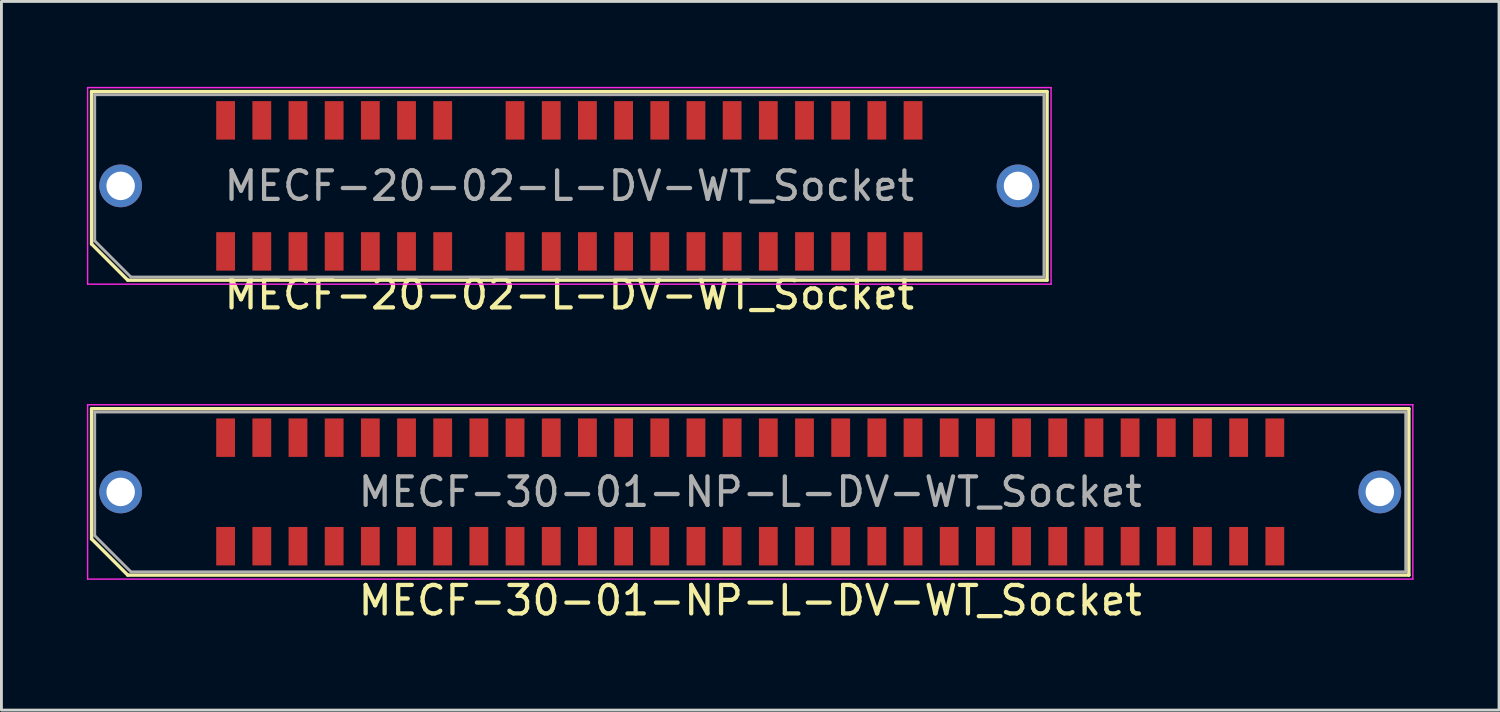
<source format=kicad_pcb>
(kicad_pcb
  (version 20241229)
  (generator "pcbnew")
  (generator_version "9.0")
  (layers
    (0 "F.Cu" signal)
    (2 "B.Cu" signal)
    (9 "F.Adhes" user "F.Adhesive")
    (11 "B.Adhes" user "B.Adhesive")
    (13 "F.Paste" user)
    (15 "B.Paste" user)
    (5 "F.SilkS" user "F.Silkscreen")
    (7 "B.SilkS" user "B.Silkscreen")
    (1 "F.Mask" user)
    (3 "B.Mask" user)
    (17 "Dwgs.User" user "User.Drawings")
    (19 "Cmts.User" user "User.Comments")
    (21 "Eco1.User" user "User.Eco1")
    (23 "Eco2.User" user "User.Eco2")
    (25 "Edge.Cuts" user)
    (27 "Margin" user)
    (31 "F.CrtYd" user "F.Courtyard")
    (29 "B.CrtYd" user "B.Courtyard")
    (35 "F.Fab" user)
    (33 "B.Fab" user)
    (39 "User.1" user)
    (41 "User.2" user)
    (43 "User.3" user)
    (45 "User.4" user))
  (footprint "MECF-30-01-NP-L-DV-WT_Socket"
    (layer "F.Cu")
    (at 23.285 14.218)
    (property "Reference" "MECF-30-01-NP-L-DV-WT_Socket" (at 0 3.81 0) (layer "F.SilkS") (effects (font (size 1 1) (thickness 0.15))))
    (attr smd)
    (fp_line (start -23.12 -2.92) (end 23.12 -2.92) (stroke (width 0.12) (type solid)) (layer "F.SilkS"))
    (fp_line (start -23.12 1.65) (end -23.12 -2.92) (stroke (width 0.12) (type solid)) (layer "F.SilkS"))
    (fp_line (start -21.85 2.92) (end -23.12 1.65) (stroke (width 0.12) (type solid)) (layer "F.SilkS"))
    (fp_line (start -21.85 2.92) (end 23.12 2.92) (stroke (width 0.12) (type solid)) (layer "F.SilkS"))
    (fp_line (start 23.12 2.92) (end 23.12 -2.92) (stroke (width 0.12) (type solid)) (layer "F.SilkS"))
    (fp_line (start -23.26 -3.06) (end -23.26 3.06) (stroke (width 0.05) (type solid)) (layer "F.CrtYd"))
    (fp_line (start -23.26 3.06) (end 23.26 3.06) (stroke (width 0.05) (type solid)) (layer "F.CrtYd"))
    (fp_line (start 23.26 -3.06) (end -23.26 -3.06) (stroke (width 0.05) (type solid)) (layer "F.CrtYd"))
    (fp_line (start 23.26 3.06) (end 23.26 -3.06) (stroke (width 0.05) (type solid)) (layer "F.CrtYd"))
    (fp_line (start -23.01 -2.805) (end 23.01 -2.805) (stroke (width 0.1) (type solid)) (layer "F.Fab"))
    (fp_line (start -23.01 1.535) (end -23.01 -2.805) (stroke (width 0.1) (type solid)) (layer "F.Fab"))
    (fp_line (start -23.01 1.535) (end -21.74 2.805) (stroke (width 0.1) (type solid)) (layer "F.Fab"))
    (fp_line (start -21.74 2.805) (end 23.01 2.805) (stroke (width 0.1) (type solid)) (layer "F.Fab"))
    (fp_line (start 23.01 2.805) (end 23.01 -2.805) (stroke (width 0.1) (type solid)) (layer "F.Fab"))
    (fp_text user "${REFERENCE}" (at 0 0 0) (layer "F.Fab") (effects (font (size 1 1) (thickness 0.15))))
    (pad "" thru_hole circle (at -22.1 0) (size 1.5 1.5) (drill 1) (layers "*.Cu" "*.Mask"))
    (pad "" np_thru_hole circle (at -20.195 0) (size 0.001 0.001) (drill 1.45) (layers "*.Cu" "*.Mask"))
    (pad "" np_thru_hole circle (at 20.195 1) (size 0.001 0.001) (drill 1.45) (layers "*.Cu" "*.Mask"))
    (pad "" thru_hole circle (at 22.1 0) (size 1.5 1.5) (drill 1) (layers "*.Cu" "*.Mask"))
    (pad "1" smd rect (at -18.415 1.905) (size 0.66 1.35) (layers "F.Cu" "F.Mask" "F.Paste"))
    (pad "2" smd rect (at -18.415 -1.905) (size 0.66 1.35) (layers "F.Cu" "F.Mask" "F.Paste"))
    (pad "3" smd rect (at -17.145 1.905) (size 0.66 1.35) (layers "F.Cu" "F.Mask" "F.Paste"))
    (pad "4" smd rect (at -17.145 -1.905) (size 0.66 1.35) (layers "F.Cu" "F.Mask" "F.Paste"))
    (pad "5" smd rect (at -15.875 1.905) (size 0.66 1.35) (layers "F.Cu" "F.Mask" "F.Paste"))
    (pad "6" smd rect (at -15.875 -1.905) (size 0.66 1.35) (layers "F.Cu" "F.Mask" "F.Paste"))
    (pad "7" smd rect (at -14.605 1.905) (size 0.66 1.35) (layers "F.Cu" "F.Mask" "F.Paste"))
    (pad "8" smd rect (at -14.605 -1.905) (size 0.66 1.35) (layers "F.Cu" "F.Mask" "F.Paste"))
    (pad "9" smd rect (at -13.335 1.905) (size 0.66 1.35) (layers "F.Cu" "F.Mask" "F.Paste"))
    (pad "10" smd rect (at -13.335 -1.905) (size 0.66 1.35) (layers "F.Cu" "F.Mask" "F.Paste"))
    (pad "11" smd rect (at -12.065 1.905) (size 0.66 1.35) (layers "F.Cu" "F.Mask" "F.Paste"))
    (pad "12" smd rect (at -12.065 -1.905) (size 0.66 1.35) (layers "F.Cu" "F.Mask" "F.Paste"))
    (pad "13" smd rect (at -10.795 1.905) (size 0.66 1.35) (layers "F.Cu" "F.Mask" "F.Paste"))
    (pad "14" smd rect (at -10.795 -1.905) (size 0.66 1.35) (layers "F.Cu" "F.Mask" "F.Paste"))
    (pad "15" smd rect (at -9.525 1.905) (size 0.66 1.35) (layers "F.Cu" "F.Mask" "F.Paste"))
    (pad "16" smd rect (at -9.525 -1.905) (size 0.66 1.35) (layers "F.Cu" "F.Mask" "F.Paste"))
    (pad "17" smd rect (at -8.255 1.905) (size 0.66 1.35) (layers "F.Cu" "F.Mask" "F.Paste"))
    (pad "18" smd rect (at -8.255 -1.905) (size 0.66 1.35) (layers "F.Cu" "F.Mask" "F.Paste"))
    (pad "19" smd rect (at -6.985 1.905) (size 0.66 1.35) (layers "F.Cu" "F.Mask" "F.Paste"))
    (pad "20" smd rect (at -6.985 -1.905) (size 0.66 1.35) (layers "F.Cu" "F.Mask" "F.Paste"))
    (pad "21" smd rect (at -5.715 1.905) (size 0.66 1.35) (layers "F.Cu" "F.Mask" "F.Paste"))
    (pad "22" smd rect (at -5.715 -1.905) (size 0.66 1.35) (layers "F.Cu" "F.Mask" "F.Paste"))
    (pad "23" smd rect (at -4.445 1.905) (size 0.66 1.35) (layers "F.Cu" "F.Mask" "F.Paste"))
    (pad "24" smd rect (at -4.445 -1.905) (size 0.66 1.35) (layers "F.Cu" "F.Mask" "F.Paste"))
    (pad "25" smd rect (at -3.175 1.905) (size 0.66 1.35) (layers "F.Cu" "F.Mask" "F.Paste"))
    (pad "26" smd rect (at -3.175 -1.905) (size 0.66 1.35) (layers "F.Cu" "F.Mask" "F.Paste"))
    (pad "27" smd rect (at -1.905 1.905) (size 0.66 1.35) (layers "F.Cu" "F.Mask" "F.Paste"))
    (pad "28" smd rect (at -1.905 -1.905) (size 0.66 1.35) (layers "F.Cu" "F.Mask" "F.Paste"))
    (pad "29" smd rect (at -0.635 1.905) (size 0.66 1.35) (layers "F.Cu" "F.Mask" "F.Paste"))
    (pad "30" smd rect (at -0.635 -1.905) (size 0.66 1.35) (layers "F.Cu" "F.Mask" "F.Paste"))
    (pad "31" smd rect (at 0.635 1.905) (size 0.66 1.35) (layers "F.Cu" "F.Mask" "F.Paste"))
    (pad "32" smd rect (at 0.635 -1.905) (size 0.66 1.35) (layers "F.Cu" "F.Mask" "F.Paste"))
    (pad "33" smd rect (at 1.905 1.905) (size 0.66 1.35) (layers "F.Cu" "F.Mask" "F.Paste"))
    (pad "34" smd rect (at 1.905 -1.905) (size 0.66 1.35) (layers "F.Cu" "F.Mask" "F.Paste"))
    (pad "35" smd rect (at 3.175 1.905) (size 0.66 1.35) (layers "F.Cu" "F.Mask" "F.Paste"))
    (pad "36" smd rect (at 3.175 -1.905) (size 0.66 1.35) (layers "F.Cu" "F.Mask" "F.Paste"))
    (pad "37" smd rect (at 4.445 1.905) (size 0.66 1.35) (layers "F.Cu" "F.Mask" "F.Paste"))
    (pad "38" smd rect (at 4.445 -1.905) (size 0.66 1.35) (layers "F.Cu" "F.Mask" "F.Paste"))
    (pad "39" smd rect (at 5.715 1.905) (size 0.66 1.35) (layers "F.Cu" "F.Mask" "F.Paste"))
    (pad "40" smd rect (at 5.715 -1.905) (size 0.66 1.35) (layers "F.Cu" "F.Mask" "F.Paste"))
    (pad "41" smd rect (at 6.985 1.905) (size 0.66 1.35) (layers "F.Cu" "F.Mask" "F.Paste"))
    (pad "42" smd rect (at 6.985 -1.905) (size 0.66 1.35) (layers "F.Cu" "F.Mask" "F.Paste"))
    (pad "43" smd rect (at 8.255 1.905) (size 0.66 1.35) (layers "F.Cu" "F.Mask" "F.Paste"))
    (pad "44" smd rect (at 8.255 -1.905) (size 0.66 1.35) (layers "F.Cu" "F.Mask" "F.Paste"))
    (pad "45" smd rect (at 9.525 1.905) (size 0.66 1.35) (layers "F.Cu" "F.Mask" "F.Paste"))
    (pad "46" smd rect (at 9.525 -1.905) (size 0.66 1.35) (layers "F.Cu" "F.Mask" "F.Paste"))
    (pad "47" smd rect (at 10.795 1.905) (size 0.66 1.35) (layers "F.Cu" "F.Mask" "F.Paste"))
    (pad "48" smd rect (at 10.795 -1.905) (size 0.66 1.35) (layers "F.Cu" "F.Mask" "F.Paste"))
    (pad "49" smd rect (at 12.065 1.905) (size 0.66 1.35) (layers "F.Cu" "F.Mask" "F.Paste"))
    (pad "50" smd rect (at 12.065 -1.905) (size 0.66 1.35) (layers "F.Cu" "F.Mask" "F.Paste"))
    (pad "51" smd rect (at 13.335 1.905) (size 0.66 1.35) (layers "F.Cu" "F.Mask" "F.Paste"))
    (pad "52" smd rect (at 13.335 -1.905) (size 0.66 1.35) (layers "F.Cu" "F.Mask" "F.Paste"))
    (pad "53" smd rect (at 14.605 1.905) (size 0.66 1.35) (layers "F.Cu" "F.Mask" "F.Paste"))
    (pad "54" smd rect (at 14.605 -1.905) (size 0.66 1.35) (layers "F.Cu" "F.Mask" "F.Paste"))
    (pad "55" smd rect (at 15.875 1.905) (size 0.66 1.35) (layers "F.Cu" "F.Mask" "F.Paste"))
    (pad "56" smd rect (at 15.875 -1.905) (size 0.66 1.35) (layers "F.Cu" "F.Mask" "F.Paste"))
    (pad "57" smd rect (at 17.145 1.905) (size 0.66 1.35) (layers "F.Cu" "F.Mask" "F.Paste"))
    (pad "58" smd rect (at 17.145 -1.905) (size 0.66 1.35) (layers "F.Cu" "F.Mask" "F.Paste"))
    (pad "59" smd rect (at 18.415 1.905) (size 0.66 1.35) (layers "F.Cu" "F.Mask" "F.Paste"))
    (pad "60" smd rect (at 18.415 -1.905) (size 0.66 1.35) (layers "F.Cu" "F.Mask" "F.Paste")))
  (footprint "MECF-20-02-L-DV-WT_Socket"
    (layer "F.Cu")
    (at 16.935 3.475)
    (property "Reference" "MECF-20-02-L-DV-WT_Socket" (at 0 3.81 0) (layer "F.SilkS") (effects (font (size 1 1) (thickness 0.15))))
    (attr smd)
    (fp_line (start -16.77 -3.31) (end 16.77 -3.31) (stroke (width 0.12) (type solid)) (layer "F.SilkS"))
    (fp_line (start -16.77 2.04) (end -16.77 -3.31) (stroke (width 0.12) (type solid)) (layer "F.SilkS"))
    (fp_line (start -15.5 3.31) (end -16.77 2.04) (stroke (width 0.12) (type solid)) (layer "F.SilkS"))
    (fp_line (start -15.5 3.31) (end 16.77 3.31) (stroke (width 0.12) (type solid)) (layer "F.SilkS"))
    (fp_line (start 16.77 3.31) (end 16.77 -3.31) (stroke (width 0.12) (type solid)) (layer "F.SilkS"))
    (fp_line (start -16.91 -3.45) (end -16.91 3.45) (stroke (width 0.05) (type solid)) (layer "F.CrtYd"))
    (fp_line (start -16.91 3.45) (end 16.91 3.45) (stroke (width 0.05) (type solid)) (layer "F.CrtYd"))
    (fp_line (start 16.91 -3.45) (end -16.91 -3.45) (stroke (width 0.05) (type solid)) (layer "F.CrtYd"))
    (fp_line (start 16.91 3.45) (end 16.91 -3.45) (stroke (width 0.05) (type solid)) (layer "F.CrtYd"))
    (fp_line (start -16.66 -3.2) (end 16.66 -3.2) (stroke (width 0.1) (type solid)) (layer "F.Fab"))
    (fp_line (start -16.66 1.93) (end -16.66 -3.2) (stroke (width 0.1) (type solid)) (layer "F.Fab"))
    (fp_line (start -16.66 1.93) (end -15.39 3.2) (stroke (width 0.1) (type solid)) (layer "F.Fab"))
    (fp_line (start -15.39 3.2) (end 16.66 3.2) (stroke (width 0.1) (type solid)) (layer "F.Fab"))
    (fp_line (start 16.66 3.2) (end 16.66 -3.2) (stroke (width 0.1) (type solid)) (layer "F.Fab"))
    (fp_text user "${REFERENCE}" (at 0 0 0) (layer "F.Fab") (effects (font (size 1 1) (thickness 0.15))))
    (pad "" thru_hole circle (at -15.75 0) (size 1.5 1.5) (drill 1) (layers "*.Cu" "*.Mask"))
    (pad "" np_thru_hole circle (at -13.845 0) (size 0.001 0.001) (drill 1.45) (layers "*.Cu" "*.Mask"))
    (pad "" np_thru_hole circle (at 13.845 1) (size 0.001 0.001) (drill 1.45) (layers "*.Cu" "*.Mask"))
    (pad "" thru_hole circle (at 15.75 0) (size 1.5 1.5) (drill 1) (layers "*.Cu" "*.Mask"))
    (pad "1" smd rect (at -12.065 2.3) (size 0.66 1.35) (layers "F.Cu" "F.Mask" "F.Paste"))
    (pad "2" smd rect (at -12.065 -2.3) (size 0.66 1.35) (layers "F.Cu" "F.Mask" "F.Paste"))
    (pad "3" smd rect (at -10.795 2.3) (size 0.66 1.35) (layers "F.Cu" "F.Mask" "F.Paste"))
    (pad "4" smd rect (at -10.795 -2.3) (size 0.66 1.35) (layers "F.Cu" "F.Mask" "F.Paste"))
    (pad "5" smd rect (at -9.525 2.3) (size 0.66 1.35) (layers "F.Cu" "F.Mask" "F.Paste"))
    (pad "6" smd rect (at -9.525 -2.3) (size 0.66 1.35) (layers "F.Cu" "F.Mask" "F.Paste"))
    (pad "7" smd rect (at -8.255 2.3) (size 0.66 1.35) (layers "F.Cu" "F.Mask" "F.Paste"))
    (pad "8" smd rect (at -8.255 -2.3) (size 0.66 1.35) (layers "F.Cu" "F.Mask" "F.Paste"))
    (pad "9" smd rect (at -6.985 2.3) (size 0.66 1.35) (layers "F.Cu" "F.Mask" "F.Paste"))
    (pad "10" smd rect (at -6.985 -2.3) (size 0.66 1.35) (layers "F.Cu" "F.Mask" "F.Paste"))
    (pad "11" smd rect (at -5.715 2.3) (size 0.66 1.35) (layers "F.Cu" "F.Mask" "F.Paste"))
    (pad "12" smd rect (at -5.715 -2.3) (size 0.66 1.35) (layers "F.Cu" "F.Mask" "F.Paste"))
    (pad "13" smd rect (at -4.445 2.3) (size 0.66 1.35) (layers "F.Cu" "F.Mask" "F.Paste"))
    (pad "14" smd rect (at -4.445 -2.3) (size 0.66 1.35) (layers "F.Cu" "F.Mask" "F.Paste"))
    (pad "17" smd rect (at -1.905 2.3) (size 0.66 1.35) (layers "F.Cu" "F.Mask" "F.Paste"))
    (pad "18" smd rect (at -1.905 -2.3) (size 0.66 1.35) (layers "F.Cu" "F.Mask" "F.Paste"))
    (pad "19" smd rect (at -0.635 2.3) (size 0.66 1.35) (layers "F.Cu" "F.Mask" "F.Paste"))
    (pad "20" smd rect (at -0.635 -2.3) (size 0.66 1.35) (layers "F.Cu" "F.Mask" "F.Paste"))
    (pad "21" smd rect (at 0.635 2.3) (size 0.66 1.35) (layers "F.Cu" "F.Mask" "F.Paste"))
    (pad "22" smd rect (at 0.635 -2.3) (size 0.66 1.35) (layers "F.Cu" "F.Mask" "F.Paste"))
    (pad "23" smd rect (at 1.905 2.3) (size 0.66 1.35) (layers "F.Cu" "F.Mask" "F.Paste"))
    (pad "24" smd rect (at 1.905 -2.3) (size 0.66 1.35) (layers "F.Cu" "F.Mask" "F.Paste"))
    (pad "25" smd rect (at 3.175 2.3) (size 0.66 1.35) (layers "F.Cu" "F.Mask" "F.Paste"))
    (pad "26" smd rect (at 3.175 -2.3) (size 0.66 1.35) (layers "F.Cu" "F.Mask" "F.Paste"))
    (pad "27" smd rect (at 4.445 2.3) (size 0.66 1.35) (layers "F.Cu" "F.Mask" "F.Paste"))
    (pad "28" smd rect (at 4.445 -2.3) (size 0.66 1.35) (layers "F.Cu" "F.Mask" "F.Paste"))
    (pad "29" smd rect (at 5.715 2.3) (size 0.66 1.35) (layers "F.Cu" "F.Mask" "F.Paste"))
    (pad "30" smd rect (at 5.715 -2.3) (size 0.66 1.35) (layers "F.Cu" "F.Mask" "F.Paste"))
    (pad "31" smd rect (at 6.985 2.3) (size 0.66 1.35) (layers "F.Cu" "F.Mask" "F.Paste"))
    (pad "32" smd rect (at 6.985 -2.3) (size 0.66 1.35) (layers "F.Cu" "F.Mask" "F.Paste"))
    (pad "33" smd rect (at 8.255 2.3) (size 0.66 1.35) (layers "F.Cu" "F.Mask" "F.Paste"))
    (pad "34" smd rect (at 8.255 -2.3) (size 0.66 1.35) (layers "F.Cu" "F.Mask" "F.Paste"))
    (pad "35" smd rect (at 9.525 2.3) (size 0.66 1.35) (layers "F.Cu" "F.Mask" "F.Paste"))
    (pad "36" smd rect (at 9.525 -2.3) (size 0.66 1.35) (layers "F.Cu" "F.Mask" "F.Paste"))
    (pad "37" smd rect (at 10.795 2.3) (size 0.66 1.35) (layers "F.Cu" "F.Mask" "F.Paste"))
    (pad "38" smd rect (at 10.795 -2.3) (size 0.66 1.35) (layers "F.Cu" "F.Mask" "F.Paste"))
    (pad "39" smd rect (at 12.065 2.3) (size 0.66 1.35) (layers "F.Cu" "F.Mask" "F.Paste"))
    (pad "40" smd rect (at 12.065 -2.3) (size 0.66 1.35) (layers "F.Cu" "F.Mask" "F.Paste")))
  (gr_rect
    (start -3 -3)
    (end 49.57 21.877)
    (stroke (width 0.1) (type default))
    (fill no)
    (layer "Edge.Cuts")))
</source>
